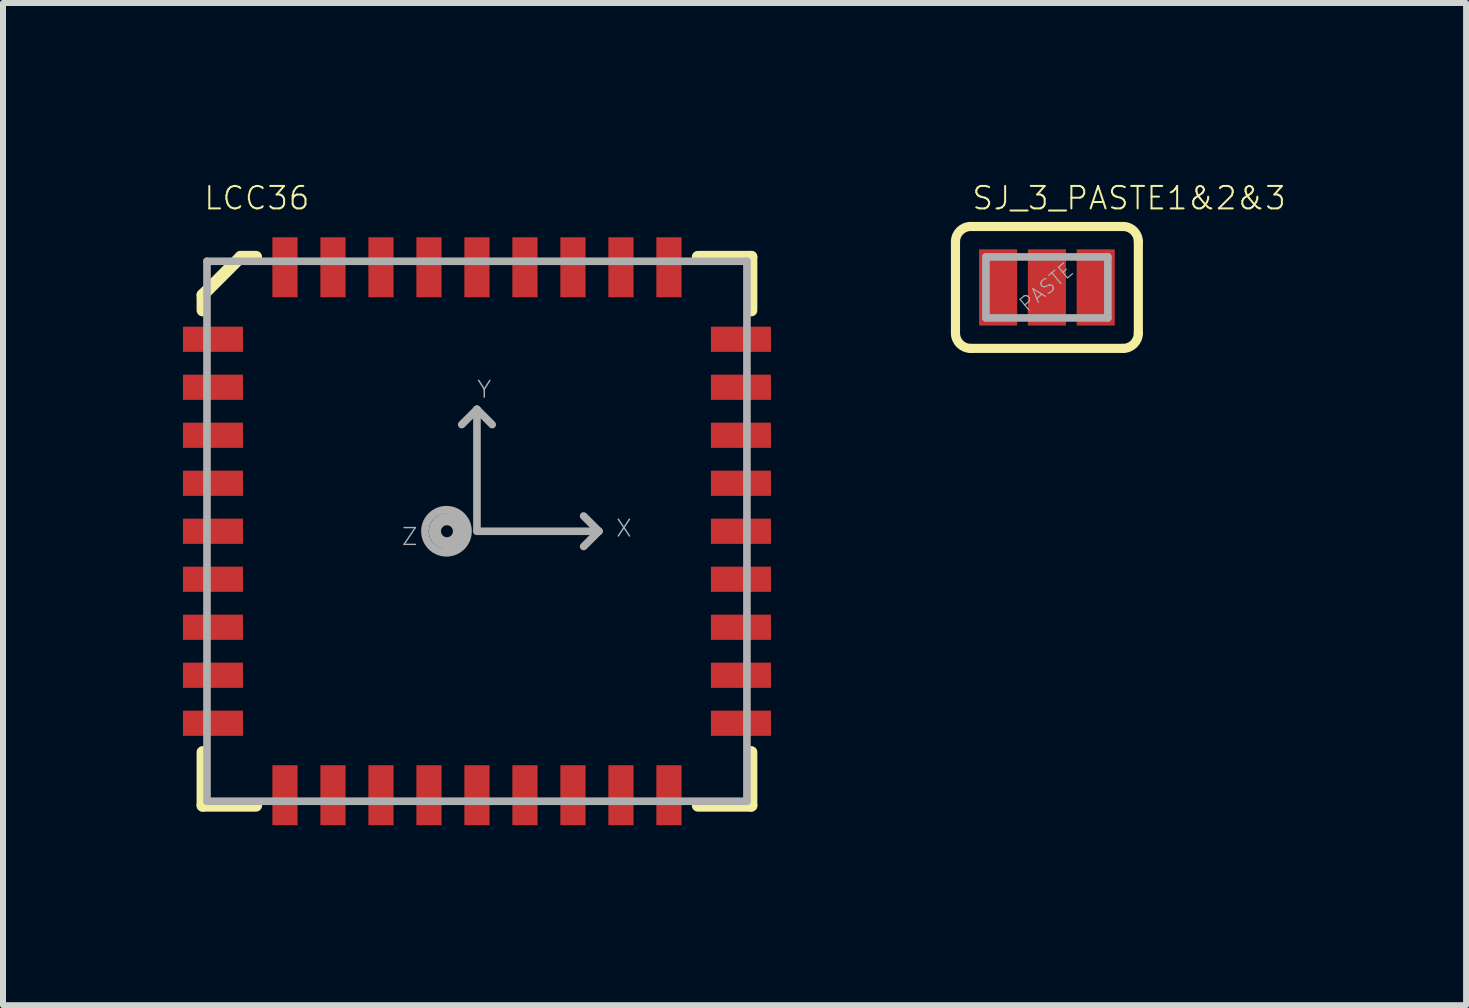
<source format=kicad_pcb>
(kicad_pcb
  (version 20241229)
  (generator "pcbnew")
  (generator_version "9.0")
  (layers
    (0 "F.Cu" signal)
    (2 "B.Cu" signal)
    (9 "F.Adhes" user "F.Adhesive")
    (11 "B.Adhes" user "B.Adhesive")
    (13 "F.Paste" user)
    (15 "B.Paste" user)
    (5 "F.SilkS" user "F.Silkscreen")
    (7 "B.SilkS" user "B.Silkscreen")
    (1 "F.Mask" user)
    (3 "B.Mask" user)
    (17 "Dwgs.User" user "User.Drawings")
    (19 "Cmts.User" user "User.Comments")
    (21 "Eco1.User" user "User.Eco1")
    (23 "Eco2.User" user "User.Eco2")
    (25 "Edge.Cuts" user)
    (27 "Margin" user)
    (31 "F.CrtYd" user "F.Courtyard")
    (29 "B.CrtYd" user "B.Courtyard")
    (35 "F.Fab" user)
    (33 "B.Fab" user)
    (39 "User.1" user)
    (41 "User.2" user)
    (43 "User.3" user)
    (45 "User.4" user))
  (footprint "SJ_3_PASTE1&2&3"
    (layer "F.Cu")
    (at 14.4 1.741)
    (property "Reference" "SJ_3_PASTE1&2&3" (at -1.27 -1.27 0) (unlocked yes) (layer "F.SilkS") (effects (font (size 0.374 0.374) (thickness 0.033)) (justify left bottom)))
    (fp_line (start -1.524 0.762) (end -1.524 -0.762) (stroke (width 0.152) (type solid)) (layer "F.SilkS"))
    (fp_line (start -1.27 -1.016) (end 1.27 -1.016) (stroke (width 0.152) (type solid)) (layer "F.SilkS"))
    (fp_line (start 1.27 1.016) (end -1.27 1.016) (stroke (width 0.152) (type solid)) (layer "F.SilkS"))
    (fp_line (start 1.524 0.762) (end 1.524 -0.762) (stroke (width 0.152) (type solid)) (layer "F.SilkS"))
    (fp_arc (start -1.524 -0.762) (mid -1.449605 -0.941605) (end -1.27 -1.016) (stroke (width 0.1524) (type solid)) (layer "F.SilkS"))
    (fp_arc (start -1.27 1.016) (mid -1.449605 0.941605) (end -1.524 0.762) (stroke (width 0.1524) (type solid)) (layer "F.SilkS"))
    (fp_arc (start 1.27 -1.016) (mid 1.449605 -0.941605) (end 1.524 -0.762) (stroke (width 0.1524) (type solid)) (layer "F.SilkS"))
    (fp_arc (start 1.524 0.762) (mid 1.449605 0.941605) (end 1.27 1.016) (stroke (width 0.1524) (type solid)) (layer "F.SilkS"))
    (fp_poly (pts (xy -1.422 0.991) (xy 1.422 0.991) (xy 1.422 -0.991) (xy -1.422 -0.991)) (stroke (width 0) (type default)) (fill yes) (layer "F.Paste"))
    (fp_line (start -1.016 -0.508) (end -1.016 0.508) (stroke (width 0.127) (type solid)) (layer "F.Fab"))
    (fp_line (start -1.016 0.508) (end 1.016 0.508) (stroke (width 0.127) (type solid)) (layer "F.Fab"))
    (fp_line (start 1.016 -0.508) (end -1.016 -0.508) (stroke (width 0.127) (type solid)) (layer "F.Fab"))
    (fp_line (start 1.016 0.508) (end 1.016 -0.508) (stroke (width 0.127) (type solid)) (layer "F.Fab"))
    (fp_text user "PASTE" (at -0.331 0.445 40) (unlocked yes) (layer "F.Fab") (effects (font (size 0.234 0.234) (thickness 0.02)) (justify left bottom)))
    (pad "1" smd rect (at -0.813 0) (size 0.635 1.27) (layers "F.Cu" "F.Mask"))
    (pad "2" smd rect (at 0 0) (size 0.635 1.27) (layers "F.Cu" "F.Mask"))
    (pad "3" smd rect (at 0.813 0) (size 0.635 1.27) (layers "F.Cu" "F.Mask")))
  (footprint "LCC36"
    (layer "F.Cu")
    (at 4.9 5.805)
    (property "Reference" "LCC36" (at -4.572 -5.334 0) (unlocked yes) (layer "F.SilkS") (effects (font (size 0.374 0.374) (thickness 0.033)) (justify left bottom)))
    (fp_line (start -4.572 -3.937) (end -3.937 -4.572) (stroke (width 0.203) (type solid)) (layer "F.SilkS"))
    (fp_line (start -4.572 -3.683) (end -4.572 -3.937) (stroke (width 0.203) (type solid)) (layer "F.SilkS"))
    (fp_line (start -4.572 3.683) (end -4.572 4.572) (stroke (width 0.203) (type solid)) (layer "F.SilkS"))
    (fp_line (start -4.572 4.572) (end -3.683 4.572) (stroke (width 0.203) (type solid)) (layer "F.SilkS"))
    (fp_line (start -3.937 -4.572) (end -3.683 -4.572) (stroke (width 0.203) (type solid)) (layer "F.SilkS"))
    (fp_line (start 3.683 -4.572) (end 4.572 -4.572) (stroke (width 0.203) (type solid)) (layer "F.SilkS"))
    (fp_line (start 4.572 -4.572) (end 4.572 -3.683) (stroke (width 0.203) (type solid)) (layer "F.SilkS"))
    (fp_line (start 4.572 3.683) (end 4.572 4.572) (stroke (width 0.203) (type solid)) (layer "F.SilkS"))
    (fp_line (start 4.572 4.572) (end 3.683 4.572) (stroke (width 0.203) (type solid)) (layer "F.SilkS"))
    (fp_line (start -4.5 -4.5) (end -4.5 4.5) (stroke (width 0.127) (type solid)) (layer "F.Fab"))
    (fp_line (start -4.5 4.5) (end 4.5 4.5) (stroke (width 0.127) (type solid)) (layer "F.Fab"))
    (fp_line (start -0.254 -1.778) (end 0 -2.032) (stroke (width 0.127) (type solid)) (layer "F.Fab"))
    (fp_line (start 0 -2.032) (end 0.254 -1.778) (stroke (width 0.127) (type solid)) (layer "F.Fab"))
    (fp_line (start 0 0) (end 0 -2.032) (stroke (width 0.127) (type solid)) (layer "F.Fab"))
    (fp_line (start 0 0) (end 2.032 0) (stroke (width 0.127) (type solid)) (layer "F.Fab"))
    (fp_line (start 1.778 -0.254) (end 2.032 0) (stroke (width 0.127) (type solid)) (layer "F.Fab"))
    (fp_line (start 2.032 0) (end 1.778 0.254) (stroke (width 0.127) (type solid)) (layer "F.Fab"))
    (fp_line (start 4.5 -4.5) (end -4.5 -4.5) (stroke (width 0.127) (type solid)) (layer "F.Fab"))
    (fp_line (start 4.5 4.5) (end 4.5 -4.5) (stroke (width 0.127) (type solid)) (layer "F.Fab"))
    (fp_circle (center -0.508 0) (end -0.149 0) (stroke (width 0.127) (type solid)) (fill no) (layer "F.Fab"))
    (fp_circle (center -0.5 0) (end -0.4 0) (stroke (width 0.203) (type solid)) (fill no) (layer "F.Fab"))
    (fp_text user "X" (at 2.3 0.114 0) (unlocked yes) (layer "F.Fab") (effects (font (size 0.28 0.28) (thickness 0.024)) (justify left bottom)))
    (fp_text user "Y" (at -0.014 -2.2 0) (unlocked yes) (layer "F.Fab") (effects (font (size 0.28 0.28) (thickness 0.024)) (justify left bottom)))
    (fp_text user "Z" (at -1.27 0.254 0) (unlocked yes) (layer "F.Fab") (effects (font (size 0.28 0.28) (thickness 0.024)) (justify left bottom)))
    (pad "1" smd rect (at -4.4 -3.2 90) (size 0.42 1) (layers "F.Cu" "F.Mask" "F.Paste"))
    (pad "2" smd rect (at -4.4 -2.4 90) (size 0.42 1) (layers "F.Cu" "F.Mask" "F.Paste"))
    (pad "3" smd rect (at -4.4 -1.6 90) (size 0.42 1) (layers "F.Cu" "F.Mask" "F.Paste"))
    (pad "4" smd rect (at -4.4 -0.8 90) (size 0.42 1) (layers "F.Cu" "F.Mask" "F.Paste"))
    (pad "5" smd rect (at -4.4 0 90) (size 0.42 1) (layers "F.Cu" "F.Mask" "F.Paste"))
    (pad "6" smd rect (at -4.4 0.8 90) (size 0.42 1) (layers "F.Cu" "F.Mask" "F.Paste"))
    (pad "7" smd rect (at -4.4 1.6 90) (size 0.42 1) (layers "F.Cu" "F.Mask" "F.Paste"))
    (pad "8" smd rect (at -4.4 2.4 90) (size 0.42 1) (layers "F.Cu" "F.Mask" "F.Paste"))
    (pad "9" smd rect (at -4.4 3.2 90) (size 0.42 1) (layers "F.Cu" "F.Mask" "F.Paste"))
    (pad "10" smd rect (at -3.2 4.4 180) (size 0.42 1) (layers "F.Cu" "F.Mask" "F.Paste"))
    (pad "11" smd rect (at -2.4 4.4 180) (size 0.42 1) (layers "F.Cu" "F.Mask" "F.Paste"))
    (pad "12" smd rect (at -1.6 4.4 180) (size 0.42 1) (layers "F.Cu" "F.Mask" "F.Paste"))
    (pad "13" smd rect (at -0.8 4.4 180) (size 0.42 1) (layers "F.Cu" "F.Mask" "F.Paste"))
    (pad "14" smd rect (at 0 4.4 180) (size 0.42 1) (layers "F.Cu" "F.Mask" "F.Paste"))
    (pad "15" smd rect (at 0.8 4.4 180) (size 0.42 1) (layers "F.Cu" "F.Mask" "F.Paste"))
    (pad "16" smd rect (at 1.6 4.4 180) (size 0.42 1) (layers "F.Cu" "F.Mask" "F.Paste"))
    (pad "17" smd rect (at 2.4 4.4 180) (size 0.42 1) (layers "F.Cu" "F.Mask" "F.Paste"))
    (pad "18" smd rect (at 3.2 4.4 180) (size 0.42 1) (layers "F.Cu" "F.Mask" "F.Paste"))
    (pad "19" smd rect (at 4.4 3.2 270) (size 0.42 1) (layers "F.Cu" "F.Mask" "F.Paste"))
    (pad "20" smd rect (at 4.4 2.4 270) (size 0.42 1) (layers "F.Cu" "F.Mask" "F.Paste"))
    (pad "21" smd rect (at 4.4 1.6 270) (size 0.42 1) (layers "F.Cu" "F.Mask" "F.Paste"))
    (pad "22" smd rect (at 4.4 0.8 270) (size 0.42 1) (layers "F.Cu" "F.Mask" "F.Paste"))
    (pad "23" smd rect (at 4.4 0 270) (size 0.42 1) (layers "F.Cu" "F.Mask" "F.Paste"))
    (pad "24" smd rect (at 4.4 -0.8 270) (size 0.42 1) (layers "F.Cu" "F.Mask" "F.Paste"))
    (pad "25" smd rect (at 4.4 -1.6 270) (size 0.42 1) (layers "F.Cu" "F.Mask" "F.Paste"))
    (pad "26" smd rect (at 4.4 -2.4 270) (size 0.42 1) (layers "F.Cu" "F.Mask" "F.Paste"))
    (pad "27" smd rect (at 4.4 -3.2 270) (size 0.42 1) (layers "F.Cu" "F.Mask" "F.Paste"))
    (pad "28" smd rect (at 3.2 -4.4) (size 0.42 1) (layers "F.Cu" "F.Mask" "F.Paste"))
    (pad "29" smd rect (at 2.4 -4.4) (size 0.42 1) (layers "F.Cu" "F.Mask" "F.Paste"))
    (pad "30" smd rect (at 1.6 -4.4) (size 0.42 1) (layers "F.Cu" "F.Mask" "F.Paste"))
    (pad "31" smd rect (at 0.8 -4.4) (size 0.42 1) (layers "F.Cu" "F.Mask" "F.Paste"))
    (pad "32" smd rect (at 0 -4.4) (size 0.42 1) (layers "F.Cu" "F.Mask" "F.Paste"))
    (pad "33" smd rect (at -0.8 -4.4) (size 0.42 1) (layers "F.Cu" "F.Mask" "F.Paste"))
    (pad "34" smd rect (at -1.6 -4.4) (size 0.42 1) (layers "F.Cu" "F.Mask" "F.Paste"))
    (pad "35" smd rect (at -2.4 -4.4) (size 0.42 1) (layers "F.Cu" "F.Mask" "F.Paste"))
    (pad "36" smd rect (at -3.2 -4.4) (size 0.42 1) (layers "F.Cu" "F.Mask" "F.Paste")))
  (gr_rect
    (start -3 -3)
    (end 21.387 13.705)
    (stroke (width 0.1) (type default))
    (fill no)
    (layer "Edge.Cuts")))
</source>
